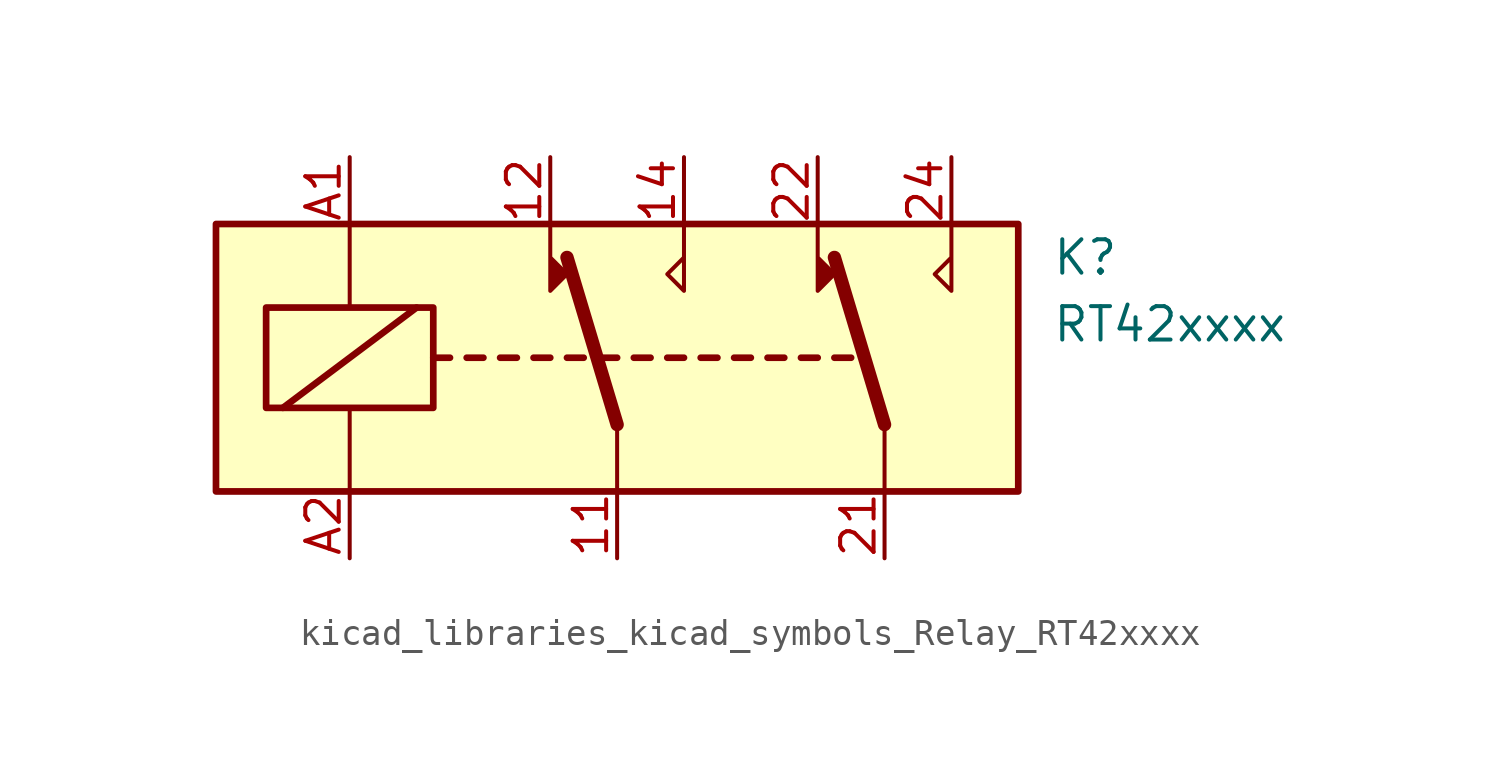
<source format=kicad_sym>
(kicad_symbol_lib
  (version 20220914)
  (generator kicad_symbol_editor)
  (symbol "kicad_libraries_kicad_symbols_Relay_RT42xxxx"
    (property "Reference" "K"
      (at 16.51 3.81 0)
      (effects (font (size 1.27 1.27)) (justify left)))
    (property "Value" "RT42xxxx"
      (at 16.51 1.27 0)
      (effects (font (size 1.27 1.27)) (justify left)))
    (symbol "kicad_libraries_kicad_symbols_Relay_RT42xxxx_0_1"
      (rectangle (start -15.24 5.08) (end 15.24 -5.08) (stroke (width 0.254) (type default)) (fill (type background)))
      (rectangle (start -13.335 1.905) (end -6.985 -1.905) (stroke (width 0.254) (type default)) (fill (type none)))
      (polyline (pts (xy -12.7 -1.905) (xy -7.62 1.905)) (stroke (width 0.254) (type default)) (fill (type none)))
      (polyline (pts (xy -10.16 -5.08) (xy -10.16 -1.905)) (stroke (width 0) (type default)) (fill (type none)))
      (polyline (pts (xy -10.16 5.08) (xy -10.16 1.905)) (stroke (width 0) (type default)) (fill (type none)))
      (polyline (pts (xy -6.985 0) (xy -6.35 0)) (stroke (width 0.254) (type default)) (fill (type none)))
      (polyline (pts (xy -5.715 0) (xy -5.08 0)) (stroke (width 0.254) (type default)) (fill (type none)))
      (polyline (pts (xy -4.445 0) (xy -3.81 0)) (stroke (width 0.254) (type default)) (fill (type none)))
      (polyline (pts (xy -3.175 0) (xy -2.54 0)) (stroke (width 0.254) (type default)) (fill (type none)))
      (polyline (pts (xy -1.905 0) (xy -1.27 0)) (stroke (width 0.254) (type default)) (fill (type none)))
      (polyline (pts (xy -0.635 0) (xy 0 0)) (stroke (width 0.254) (type default)) (fill (type none)))
      (polyline (pts (xy 0 -2.54) (xy -1.905 3.81)) (stroke (width 0.508) (type default)) (fill (type none)))
      (polyline (pts (xy 0 -2.54) (xy 0 -5.08)) (stroke (width 0) (type default)) (fill (type none)))
      (polyline (pts (xy 0.635 0) (xy 1.27 0)) (stroke (width 0.254) (type default)) (fill (type none)))
      (polyline (pts (xy 1.905 0) (xy 2.54 0)) (stroke (width 0.254) (type default)) (fill (type none)))
      (polyline (pts (xy 3.175 0) (xy 3.81 0)) (stroke (width 0.254) (type default)) (fill (type none)))
      (polyline (pts (xy 4.445 0) (xy 5.08 0)) (stroke (width 0.254) (type default)) (fill (type none)))
      (polyline (pts (xy 5.715 0) (xy 6.35 0)) (stroke (width 0.254) (type default)) (fill (type none)))
      (polyline (pts (xy 6.985 0) (xy 7.62 0)) (stroke (width 0.254) (type default)) (fill (type none)))
      (polyline (pts (xy 8.255 0) (xy 8.89 0)) (stroke (width 0.254) (type default)) (fill (type none)))
      (polyline (pts (xy 10.16 -2.54) (xy 8.255 3.81)) (stroke (width 0.508) (type default)) (fill (type none)))
      (polyline (pts (xy 10.16 -2.54) (xy 10.16 -5.08)) (stroke (width 0) (type default)) (fill (type none)))
      (polyline (pts (xy -2.54 5.08) (xy -2.54 2.54) (xy -1.905 3.175) (xy -2.54 3.81)) (stroke (width 0) (type default)) (fill (type outline)))
      (polyline (pts (xy 2.54 5.08) (xy 2.54 2.54) (xy 1.905 3.175) (xy 2.54 3.81)) (stroke (width 0) (type default)) (fill (type none)))
      (polyline (pts (xy 7.62 5.08) (xy 7.62 2.54) (xy 8.255 3.175) (xy 7.62 3.81)) (stroke (width 0) (type default)) (fill (type outline)))
      (polyline (pts (xy 12.7 5.08) (xy 12.7 2.54) (xy 12.065 3.175) (xy 12.7 3.81)) (stroke (width 0) (type default)) (fill (type none))))
    (symbol "kicad_libraries_kicad_symbols_Relay_RT42xxxx_1_1"
      (pin passive line (at 0 -7.62 90) (length 2.54) (name "~" (effects (font (size 1.27 1.27)))) (number "11" (effects (font (size 1.27 1.27)))))
      (pin passive line (at -2.54 7.62 270) (length 2.54) (name "~" (effects (font (size 1.27 1.27)))) (number "12" (effects (font (size 1.27 1.27)))))
      (pin passive line (at 2.54 7.62 270) (length 2.54) (name "~" (effects (font (size 1.27 1.27)))) (number "14" (effects (font (size 1.27 1.27)))))
      (pin passive line (at 10.16 -7.62 90) (length 2.54) (name "~" (effects (font (size 1.27 1.27)))) (number "21" (effects (font (size 1.27 1.27)))))
      (pin passive line (at 7.62 7.62 270) (length 2.54) (name "~" (effects (font (size 1.27 1.27)))) (number "22" (effects (font (size 1.27 1.27)))))
      (pin passive line (at 12.7 7.62 270) (length 2.54) (name "~" (effects (font (size 1.27 1.27)))) (number "24" (effects (font (size 1.27 1.27)))))
      (pin passive line (at -10.16 7.62 270) (length 2.54) (name "~" (effects (font (size 1.27 1.27)))) (number "A1" (effects (font (size 1.27 1.27)))))
      (pin passive line (at -10.16 -7.62 90) (length 2.54) (name "~" (effects (font (size 1.27 1.27)))) (number "A2" (effects (font (size 1.27 1.27))))))))
</source>
